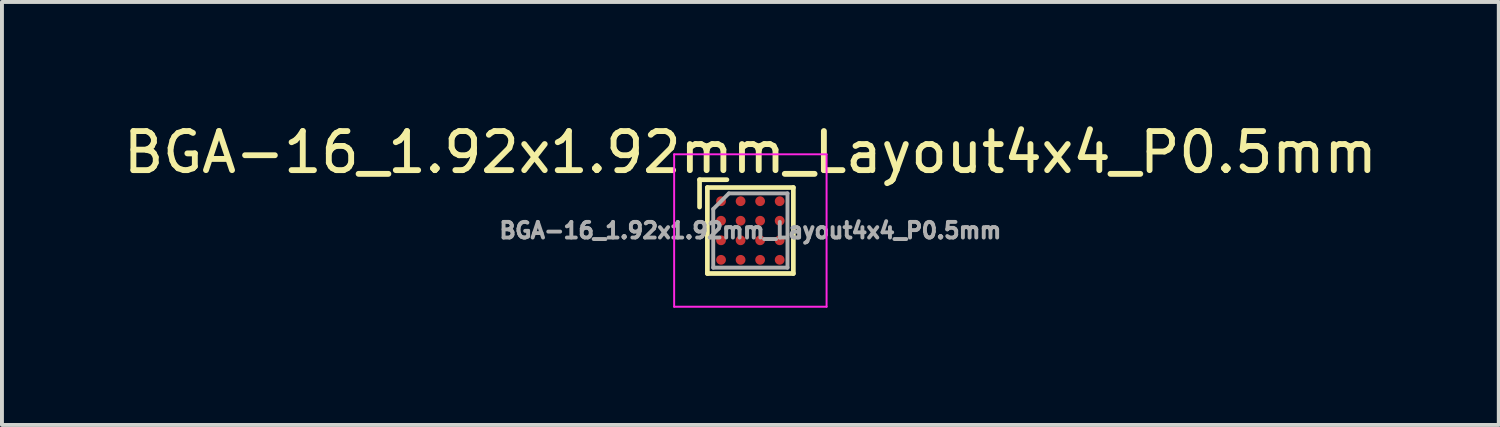
<source format=kicad_pcb>
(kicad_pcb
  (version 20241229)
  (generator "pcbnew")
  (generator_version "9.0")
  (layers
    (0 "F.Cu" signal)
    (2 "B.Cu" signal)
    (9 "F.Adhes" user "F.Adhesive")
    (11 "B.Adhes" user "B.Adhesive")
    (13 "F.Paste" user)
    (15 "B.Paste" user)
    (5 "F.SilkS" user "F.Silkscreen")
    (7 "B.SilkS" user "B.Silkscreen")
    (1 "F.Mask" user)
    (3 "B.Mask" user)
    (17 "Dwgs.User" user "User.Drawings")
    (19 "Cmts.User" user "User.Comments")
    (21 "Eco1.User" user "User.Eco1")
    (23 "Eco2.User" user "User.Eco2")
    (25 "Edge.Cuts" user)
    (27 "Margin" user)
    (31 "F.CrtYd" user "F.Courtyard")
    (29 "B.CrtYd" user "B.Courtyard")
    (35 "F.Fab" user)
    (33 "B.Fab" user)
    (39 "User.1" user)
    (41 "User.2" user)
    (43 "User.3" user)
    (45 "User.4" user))
  (footprint "BGA-16_1.92x1.92mm_Layout4x4_P0.5mm"
    (layer "F.Cu")
    (at 16.149 2.848)
    (property "Reference" "BGA-16_1.92x1.92mm_Layout4x4_P0.5mm" (at 0 -2 0) (layer "F.SilkS") (effects (font (size 1 1) (thickness 0.15))))
    (attr smd)
    (fp_line (start -1.3 -1.3) (end -1.3 -0.6) (stroke (width 0.12) (type solid)) (layer "F.SilkS"))
    (fp_line (start -1.1 -1.1) (end 1.1 -1.1) (stroke (width 0.12) (type solid)) (layer "F.SilkS"))
    (fp_line (start -1.1 1.1) (end -1.1 -1.1) (stroke (width 0.12) (type solid)) (layer "F.SilkS"))
    (fp_line (start -0.6 -1.3) (end -1.3 -1.3) (stroke (width 0.12) (type solid)) (layer "F.SilkS"))
    (fp_line (start 1.1 -1.1) (end 1.1 1.1) (stroke (width 0.12) (type solid)) (layer "F.SilkS"))
    (fp_line (start 1.1 1.1) (end -1.1 1.1) (stroke (width 0.12) (type solid)) (layer "F.SilkS"))
    (fp_line (start -1.95 -1.95) (end -1.95 1.95) (stroke (width 0.05) (type solid)) (layer "F.CrtYd"))
    (fp_line (start -1.95 -1.95) (end 1.95 -1.95) (stroke (width 0.05) (type solid)) (layer "F.CrtYd"))
    (fp_line (start 1.95 1.95) (end -1.95 1.95) (stroke (width 0.05) (type solid)) (layer "F.CrtYd"))
    (fp_line (start 1.95 1.95) (end 1.95 -1.95) (stroke (width 0.05) (type solid)) (layer "F.CrtYd"))
    (fp_line (start -0.95 -0.55) (end -0.55 -0.95) (stroke (width 0.1) (type solid)) (layer "F.Fab"))
    (fp_line (start -0.95 0.95) (end -0.95 -0.55) (stroke (width 0.1) (type solid)) (layer "F.Fab"))
    (fp_line (start -0.55 -0.95) (end 0.95 -0.95) (stroke (width 0.1) (type solid)) (layer "F.Fab"))
    (fp_line (start 0.95 -0.95) (end 0.95 0.95) (stroke (width 0.1) (type solid)) (layer "F.Fab"))
    (fp_line (start 0.95 0.95) (end -0.95 0.95) (stroke (width 0.1) (type solid)) (layer "F.Fab"))
    (fp_text user "${REFERENCE}" (at 0 0 0) (layer "F.Fab") (effects (font (size 0.4 0.4) (thickness 0.1))))
    (pad "A1" smd circle (at -0.75 -0.75) (size 0.25 0.25) (layers "F.Cu" "F.Mask" "F.Paste"))
    (pad "A2" smd circle (at -0.25 -0.75) (size 0.25 0.25) (layers "F.Cu" "F.Mask" "F.Paste"))
    (pad "A3" smd circle (at 0.25 -0.75) (size 0.25 0.25) (layers "F.Cu" "F.Mask" "F.Paste"))
    (pad "A4" smd circle (at 0.75 -0.75) (size 0.25 0.25) (layers "F.Cu" "F.Mask" "F.Paste"))
    (pad "B1" smd circle (at -0.75 -0.25) (size 0.25 0.25) (layers "F.Cu" "F.Mask" "F.Paste"))
    (pad "B2" smd circle (at -0.25 -0.25) (size 0.25 0.25) (layers "F.Cu" "F.Mask" "F.Paste"))
    (pad "B3" smd circle (at 0.25 -0.25) (size 0.25 0.25) (layers "F.Cu" "F.Mask" "F.Paste"))
    (pad "B4" smd circle (at 0.75 -0.25) (size 0.25 0.25) (layers "F.Cu" "F.Mask" "F.Paste"))
    (pad "C1" smd circle (at -0.75 0.25) (size 0.25 0.25) (layers "F.Cu" "F.Mask" "F.Paste"))
    (pad "C2" smd circle (at -0.25 0.25) (size 0.25 0.25) (layers "F.Cu" "F.Mask" "F.Paste"))
    (pad "C3" smd circle (at 0.25 0.25) (size 0.25 0.25) (layers "F.Cu" "F.Mask" "F.Paste"))
    (pad "C4" smd circle (at 0.75 0.25) (size 0.25 0.25) (layers "F.Cu" "F.Mask" "F.Paste"))
    (pad "D1" smd circle (at -0.75 0.75) (size 0.25 0.25) (layers "F.Cu" "F.Mask" "F.Paste"))
    (pad "D2" smd circle (at -0.25 0.75) (size 0.25 0.25) (layers "F.Cu" "F.Mask" "F.Paste"))
    (pad "D3" smd circle (at 0.25 0.75) (size 0.25 0.25) (layers "F.Cu" "F.Mask" "F.Paste"))
    (pad "D4" smd circle (at 0.75 0.75) (size 0.25 0.25) (layers "F.Cu" "F.Mask" "F.Paste")))
  (gr_rect
    (start -3 -3)
    (end 35.298 7.823)
    (stroke (width 0.1) (type default))
    (fill no)
    (layer "Edge.Cuts")))
</source>
